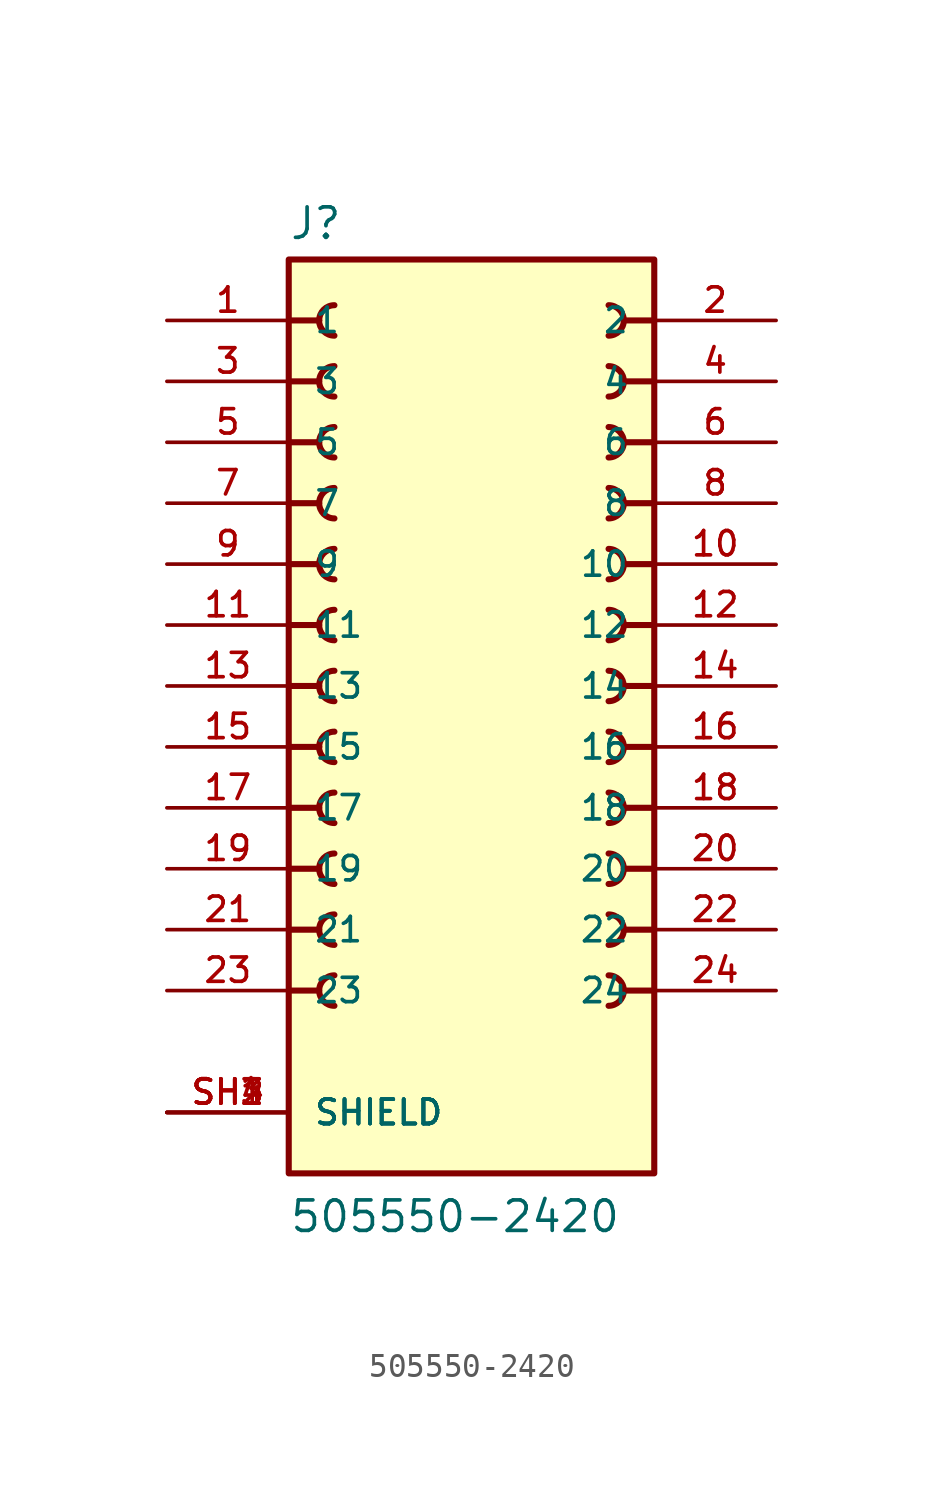
<source format=kicad_sym>
(kicad_symbol_lib
  (version 20211014)
  (generator kicad_symbol_editor)
  (symbol "505550-2420"
    (pin_names
      (offset 1.016))
    (property "Reference" "J"
      (at -7.62 18.542 0)
      (effects (font (size 1.27 1.27)) (justify bottom left)))
    (property "Value" "505550-2420"
      (at -7.62 -22.86 0)
      (effects (font (size 1.27 1.27)) (justify bottom left)))
    (symbol "505550-2420_0_0"
      (polyline (pts (xy -7.62 0.0) (xy -6.35 0.0)) (stroke (width 0.254)))
      (arc (start -5.715 0.635) (mid -6.35 -0.0) (end -5.715 -0.635) (stroke (width 0.254) (type default) (color 0 0 0 0)) (fill (type none)))
      (polyline (pts (xy -7.62 2.54) (xy -6.35 2.54)) (stroke (width 0.254)))
      (arc (start -5.715 3.175) (mid -6.35 2.54) (end -5.715 1.905) (stroke (width 0.254) (type default) (color 0 0 0 0)) (fill (type none)))
      (polyline (pts (xy -7.62 5.08) (xy -6.35 5.08)) (stroke (width 0.254)))
      (arc (start -5.715 5.715) (mid -6.35 5.08) (end -5.715 4.445) (stroke (width 0.254) (type default) (color 0 0 0 0)) (fill (type none)))
      (polyline (pts (xy -7.62 7.62) (xy -6.35 7.62)) (stroke (width 0.254)))
      (arc (start -5.715 8.255) (mid -6.35 7.62) (end -5.715 6.985) (stroke (width 0.254) (type default) (color 0 0 0 0)) (fill (type none)))
      (polyline (pts (xy -7.62 10.16) (xy -6.35 10.16)) (stroke (width 0.254)))
      (arc (start -5.715 10.795) (mid -6.35 10.16) (end -5.715 9.525) (stroke (width 0.254) (type default) (color 0 0 0 0)) (fill (type none)))
      (polyline (pts (xy -7.62 12.7) (xy -6.35 12.7)) (stroke (width 0.254)))
      (arc (start -5.715 13.335) (mid -6.35 12.7) (end -5.715 12.065) (stroke (width 0.254) (type default) (color 0 0 0 0)) (fill (type none)))
      (arc (start -6.35 15.24) (mid -6.164 14.791) (end -5.715 14.605) (stroke (width 0.254) (type default) (color 0 0 0 0)) (fill (type none)))
      (arc (start -5.715 15.875) (mid -6.164 15.689) (end -6.35 15.24) (stroke (width 0.254) (type default) (color 0 0 0 0)) (fill (type none)))
      (polyline (pts (xy 7.62 15.24) (xy 6.35 15.24)) (stroke (width 0.254)))
      (arc (start 5.715 14.605) (mid 6.35 15.24) (end 5.715 15.875) (stroke (width 0.254) (type default) (color 0 0 0 0)) (fill (type none)))
      (polyline (pts (xy 7.62 12.7) (xy 6.35 12.7)) (stroke (width 0.254)))
      (arc (start 5.715 12.065) (mid 6.35 12.7) (end 5.715 13.335) (stroke (width 0.254) (type default) (color 0 0 0 0)) (fill (type none)))
      (polyline (pts (xy 7.62 10.16) (xy 6.35 10.16)) (stroke (width 0.254)))
      (arc (start 5.715 9.525) (mid 6.35 10.16) (end 5.715 10.795) (stroke (width 0.254) (type default) (color 0 0 0 0)) (fill (type none)))
      (polyline (pts (xy 7.62 7.62) (xy 6.35 7.62)) (stroke (width 0.254)))
      (arc (start 5.715 6.985) (mid 6.35 7.62) (end 5.715 8.255) (stroke (width 0.254) (type default) (color 0 0 0 0)) (fill (type none)))
      (polyline (pts (xy 7.62 5.08) (xy 6.35 5.08)) (stroke (width 0.254)))
      (arc (start 5.715 4.445) (mid 6.35 5.08) (end 5.715 5.715) (stroke (width 0.254) (type default) (color 0 0 0 0)) (fill (type none)))
      (polyline (pts (xy 7.62 2.54) (xy 6.35 2.54)) (stroke (width 0.254)))
      (arc (start 5.715 1.905) (mid 6.35 2.54) (end 5.715 3.175) (stroke (width 0.254) (type default) (color 0 0 0 0)) (fill (type none)))
      (arc (start 6.35 0.0) (mid 6.164 0.449) (end 5.715 0.635) (stroke (width 0.254) (type default) (color 0 0 0 0)) (fill (type none)))
      (arc (start 5.715 -0.635) (mid 6.164 -0.449) (end 6.35 0.0) (stroke (width 0.254) (type default) (color 0 0 0 0)) (fill (type none)))
      (polyline (pts (xy 7.62 0.0) (xy 6.35 0.0)) (stroke (width 0.254)))
      (polyline (pts (xy -7.62 -12.7) (xy -6.35 -12.7)) (stroke (width 0.254)))
      (arc (start -5.715 -12.065) (mid -6.35 -12.7) (end -5.715 -13.335) (stroke (width 0.254) (type default) (color 0 0 0 0)) (fill (type none)))
      (polyline (pts (xy -7.62 -10.16) (xy -6.35 -10.16)) (stroke (width 0.254)))
      (arc (start -5.715 -9.525) (mid -6.35 -10.16) (end -5.715 -10.795) (stroke (width 0.254) (type default) (color 0 0 0 0)) (fill (type none)))
      (polyline (pts (xy -7.62 -7.62) (xy -6.35 -7.62)) (stroke (width 0.254)))
      (arc (start -5.715 -6.985) (mid -6.35 -7.62) (end -5.715 -8.255) (stroke (width 0.254) (type default) (color 0 0 0 0)) (fill (type none)))
      (polyline (pts (xy -7.62 -5.08) (xy -6.35 -5.08)) (stroke (width 0.254)))
      (arc (start -5.715 -4.445) (mid -6.35 -5.08) (end -5.715 -5.715) (stroke (width 0.254) (type default) (color 0 0 0 0)) (fill (type none)))
      (arc (start -6.35 -2.54) (mid -6.164 -2.989) (end -5.715 -3.175) (stroke (width 0.254) (type default) (color 0 0 0 0)) (fill (type none)))
      (arc (start -5.715 -1.905) (mid -6.164 -2.091) (end -6.35 -2.54) (stroke (width 0.254) (type default) (color 0 0 0 0)) (fill (type none)))
      (polyline (pts (xy -7.62 -2.54) (xy -6.35 -2.54)) (stroke (width 0.254)))
      (polyline (pts (xy 7.62 -2.54) (xy 6.35 -2.54)) (stroke (width 0.254)))
      (arc (start 5.715 -3.175) (mid 6.35 -2.54) (end 5.715 -1.905) (stroke (width 0.254) (type default) (color 0 0 0 0)) (fill (type none)))
      (polyline (pts (xy 7.62 -5.08) (xy 6.35 -5.08)) (stroke (width 0.254)))
      (arc (start 5.715 -5.715) (mid 6.35 -5.08) (end 5.715 -4.445) (stroke (width 0.254) (type default) (color 0 0 0 0)) (fill (type none)))
      (polyline (pts (xy 7.62 -7.62) (xy 6.35 -7.62)) (stroke (width 0.254)))
      (arc (start 5.715 -8.255) (mid 6.35 -7.62) (end 5.715 -6.985) (stroke (width 0.254) (type default) (color 0 0 0 0)) (fill (type none)))
      (polyline (pts (xy 7.62 -10.16) (xy 6.35 -10.16)) (stroke (width 0.254)))
      (arc (start 5.715 -10.795) (mid 6.35 -10.16) (end 5.715 -9.525) (stroke (width 0.254) (type default) (color 0 0 0 0)) (fill (type none)))
      (polyline (pts (xy 7.62 -12.7) (xy 6.35 -12.7)) (stroke (width 0.254)))
      (arc (start 5.715 -13.335) (mid 6.35 -12.7) (end 5.715 -12.065) (stroke (width 0.254) (type default) (color 0 0 0 0)) (fill (type none)))
      (polyline (pts (xy -7.62 15.24) (xy -6.35 15.24)) (stroke (width 0.254)))
      (rectangle (start -7.62 -20.32) (end 7.62 17.78) (stroke (width 0.254)) (fill (type background)))
      (pin passive line (at -12.7 15.24 0) (length 5.08) (name "1" (effects (font (size 1.016 1.016)))) (number "1" (effects (font (size 1.016 1.016)))))
      (pin passive line (at 12.7 15.24 180.0) (length 5.08) (name "2" (effects (font (size 1.016 1.016)))) (number "2" (effects (font (size 1.016 1.016)))))
      (pin passive line (at -12.7 12.7 0) (length 5.08) (name "3" (effects (font (size 1.016 1.016)))) (number "3" (effects (font (size 1.016 1.016)))))
      (pin passive line (at 12.7 12.7 180.0) (length 5.08) (name "4" (effects (font (size 1.016 1.016)))) (number "4" (effects (font (size 1.016 1.016)))))
      (pin passive line (at -12.7 10.16 0) (length 5.08) (name "5" (effects (font (size 1.016 1.016)))) (number "5" (effects (font (size 1.016 1.016)))))
      (pin passive line (at 12.7 10.16 180.0) (length 5.08) (name "6" (effects (font (size 1.016 1.016)))) (number "6" (effects (font (size 1.016 1.016)))))
      (pin passive line (at -12.7 7.62 0) (length 5.08) (name "7" (effects (font (size 1.016 1.016)))) (number "7" (effects (font (size 1.016 1.016)))))
      (pin passive line (at 12.7 7.62 180.0) (length 5.08) (name "8" (effects (font (size 1.016 1.016)))) (number "8" (effects (font (size 1.016 1.016)))))
      (pin passive line (at -12.7 5.08 0) (length 5.08) (name "9" (effects (font (size 1.016 1.016)))) (number "9" (effects (font (size 1.016 1.016)))))
      (pin passive line (at 12.7 5.08 180.0) (length 5.08) (name "10" (effects (font (size 1.016 1.016)))) (number "10" (effects (font (size 1.016 1.016)))))
      (pin passive line (at -12.7 2.54 0) (length 5.08) (name "11" (effects (font (size 1.016 1.016)))) (number "11" (effects (font (size 1.016 1.016)))))
      (pin passive line (at 12.7 2.54 180.0) (length 5.08) (name "12" (effects (font (size 1.016 1.016)))) (number "12" (effects (font (size 1.016 1.016)))))
      (pin passive line (at -12.7 0.0 0) (length 5.08) (name "13" (effects (font (size 1.016 1.016)))) (number "13" (effects (font (size 1.016 1.016)))))
      (pin passive line (at 12.7 0.0 180.0) (length 5.08) (name "14" (effects (font (size 1.016 1.016)))) (number "14" (effects (font (size 1.016 1.016)))))
      (pin passive line (at -12.7 -2.54 0) (length 5.08) (name "15" (effects (font (size 1.016 1.016)))) (number "15" (effects (font (size 1.016 1.016)))))
      (pin passive line (at 12.7 -2.54 180.0) (length 5.08) (name "16" (effects (font (size 1.016 1.016)))) (number "16" (effects (font (size 1.016 1.016)))))
      (pin passive line (at -12.7 -17.78 0) (length 5.08) (name "SHIELD" (effects (font (size 1.016 1.016)))) (number "SH1" (effects (font (size 1.016 1.016)))))
      (pin passive line (at -12.7 -17.78 0) (length 5.08) (name "SHIELD" (effects (font (size 1.016 1.016)))) (number "SH2" (effects (font (size 1.016 1.016)))))
      (pin passive line (at -12.7 -17.78 0) (length 5.08) (name "SHIELD" (effects (font (size 1.016 1.016)))) (number "SH3" (effects (font (size 1.016 1.016)))))
      (pin passive line (at -12.7 -17.78 0) (length 5.08) (name "SHIELD" (effects (font (size 1.016 1.016)))) (number "SH4" (effects (font (size 1.016 1.016)))))
      (pin passive line (at -12.7 -5.08 0) (length 5.08) (name "17" (effects (font (size 1.016 1.016)))) (number "17" (effects (font (size 1.016 1.016)))))
      (pin passive line (at 12.7 -5.08 180.0) (length 5.08) (name "18" (effects (font (size 1.016 1.016)))) (number "18" (effects (font (size 1.016 1.016)))))
      (pin passive line (at -12.7 -7.62 0) (length 5.08) (name "19" (effects (font (size 1.016 1.016)))) (number "19" (effects (font (size 1.016 1.016)))))
      (pin passive line (at 12.7 -7.62 180.0) (length 5.08) (name "20" (effects (font (size 1.016 1.016)))) (number "20" (effects (font (size 1.016 1.016)))))
      (pin passive line (at -12.7 -10.16 0) (length 5.08) (name "21" (effects (font (size 1.016 1.016)))) (number "21" (effects (font (size 1.016 1.016)))))
      (pin passive line (at 12.7 -10.16 180.0) (length 5.08) (name "22" (effects (font (size 1.016 1.016)))) (number "22" (effects (font (size 1.016 1.016)))))
      (pin passive line (at -12.7 -12.7 0) (length 5.08) (name "23" (effects (font (size 1.016 1.016)))) (number "23" (effects (font (size 1.016 1.016)))))
      (pin passive line (at 12.7 -12.7 180.0) (length 5.08) (name "24" (effects (font (size 1.016 1.016)))) (number "24" (effects (font (size 1.016 1.016))))))))
</source>
